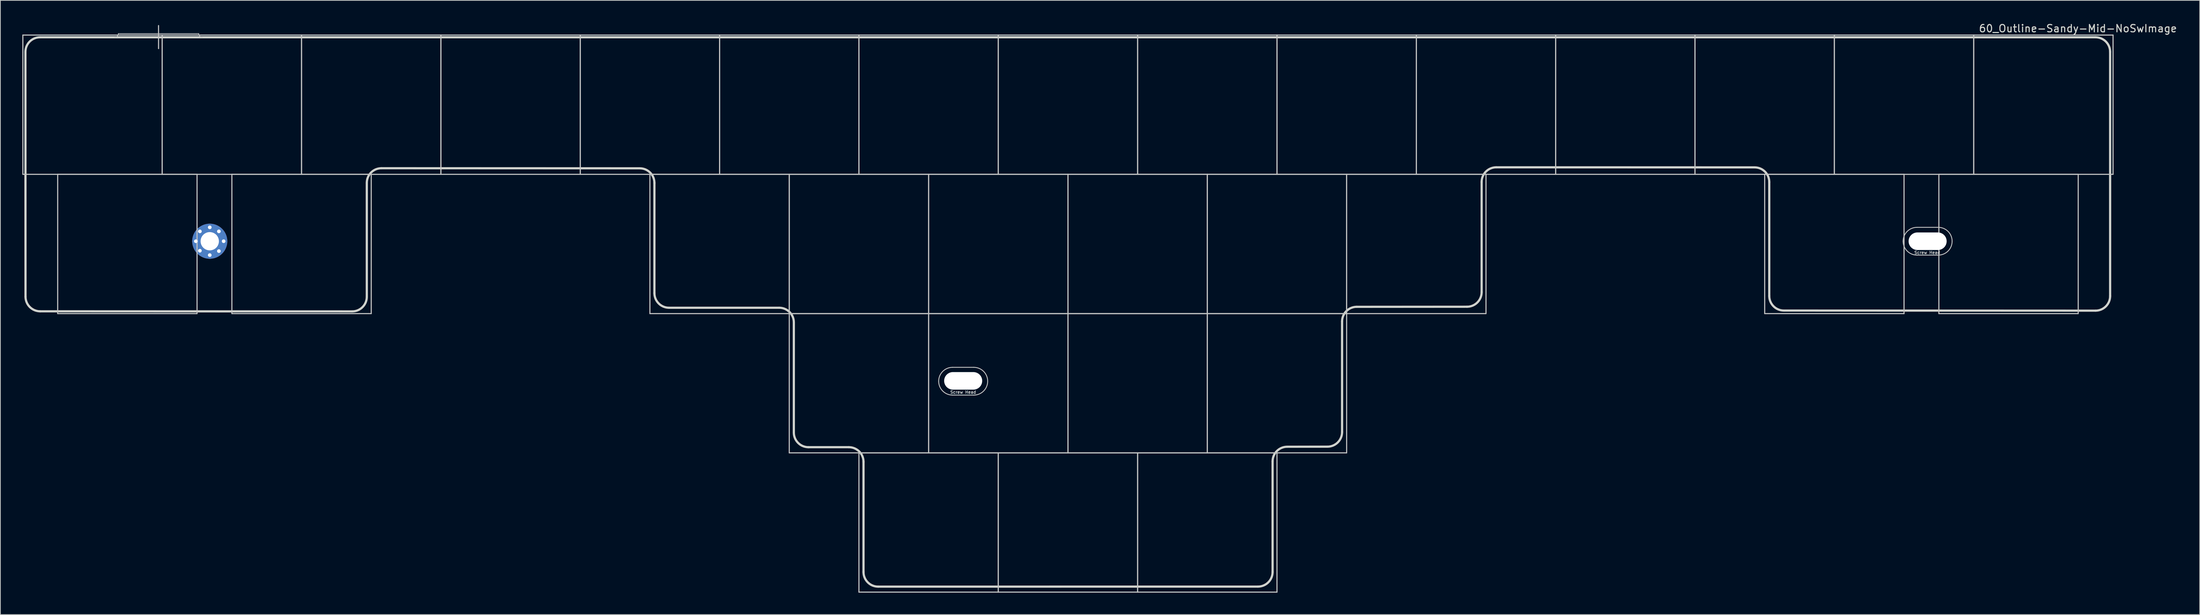
<source format=kicad_pcb>
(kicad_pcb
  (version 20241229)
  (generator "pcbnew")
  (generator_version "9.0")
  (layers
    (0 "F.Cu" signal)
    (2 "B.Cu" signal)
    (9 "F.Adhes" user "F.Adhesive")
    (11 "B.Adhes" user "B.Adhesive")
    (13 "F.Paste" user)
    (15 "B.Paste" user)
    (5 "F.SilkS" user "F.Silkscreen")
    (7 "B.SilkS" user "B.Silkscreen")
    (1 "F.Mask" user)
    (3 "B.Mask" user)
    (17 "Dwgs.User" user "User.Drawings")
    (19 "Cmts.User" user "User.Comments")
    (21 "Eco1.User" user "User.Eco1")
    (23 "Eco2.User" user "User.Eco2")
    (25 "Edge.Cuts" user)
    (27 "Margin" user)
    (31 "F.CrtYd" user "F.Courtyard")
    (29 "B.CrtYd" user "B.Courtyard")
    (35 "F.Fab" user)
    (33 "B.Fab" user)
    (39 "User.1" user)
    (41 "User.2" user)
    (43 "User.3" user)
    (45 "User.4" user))
  (footprint "60_Outline-Sandy-Mid-NoSwImage"
    (layer "F.Cu")
    (at 142.925 49.348)
    (property "Reference" "60_Outline-Sandy-Mid-NoSwImage" (at 138.1 -48.5 0) (layer "Edge.Cuts") (effects (font (size 1 1) (thickness 0.15))))
    (attr through_hole)
    (fp_line (start -142.85 -47.6) (end -123.8 -47.6) (stroke (width 0.15) (type solid)) (layer "Dwgs.User"))
    (fp_line (start -142.85 -28.55) (end -142.85 -47.6) (stroke (width 0.15) (type solid)) (layer "Dwgs.User"))
    (fp_line (start -138.088 -28.55) (end -119.037 -28.55) (stroke (width 0.15) (type solid)) (layer "Dwgs.User"))
    (fp_line (start -138.088 -9.5) (end -138.088 -28.55) (stroke (width 0.15) (type solid)) (layer "Dwgs.User"))
    (fp_line (start -129.8 -47.8) (end -118.8 -47.8) (stroke (width 0.1) (type solid)) (layer "Dwgs.User"))
    (fp_line (start -124.3 -48.9) (end -124.3 -45.75) (stroke (width 0.15) (type solid)) (layer "Dwgs.User"))
    (fp_line (start -123.8 -47.6) (end -123.8 -28.55) (stroke (width 0.15) (type solid)) (layer "Dwgs.User"))
    (fp_line (start -123.8 -47.6) (end -104.75 -47.6) (stroke (width 0.15) (type solid)) (layer "Dwgs.User"))
    (fp_line (start -123.8 -28.55) (end -142.85 -28.55) (stroke (width 0.15) (type solid)) (layer "Dwgs.User"))
    (fp_line (start -123.8 -28.55) (end -123.8 -47.6) (stroke (width 0.15) (type solid)) (layer "Dwgs.User"))
    (fp_line (start -119.037 -28.55) (end -119.037 -9.5) (stroke (width 0.15) (type solid)) (layer "Dwgs.User"))
    (fp_line (start -119.037 -9.5) (end -138.088 -9.5) (stroke (width 0.15) (type solid)) (layer "Dwgs.User"))
    (fp_line (start -114.275 -28.55) (end -95.225 -28.55) (stroke (width 0.15) (type solid)) (layer "Dwgs.User"))
    (fp_line (start -114.275 -9.5) (end -114.275 -28.55) (stroke (width 0.15) (type solid)) (layer "Dwgs.User"))
    (fp_line (start -104.75 -47.6) (end -104.75 -28.55) (stroke (width 0.15) (type solid)) (layer "Dwgs.User"))
    (fp_line (start -104.75 -47.6) (end -85.7 -47.6) (stroke (width 0.15) (type solid)) (layer "Dwgs.User"))
    (fp_line (start -104.75 -28.55) (end -123.8 -28.55) (stroke (width 0.15) (type solid)) (layer "Dwgs.User"))
    (fp_line (start -104.75 -28.55) (end -104.75 -47.6) (stroke (width 0.15) (type solid)) (layer "Dwgs.User"))
    (fp_line (start -95.225 -28.55) (end -95.225 -9.5) (stroke (width 0.15) (type solid)) (layer "Dwgs.User"))
    (fp_line (start -95.225 -9.5) (end -114.275 -9.5) (stroke (width 0.15) (type solid)) (layer "Dwgs.User"))
    (fp_line (start -85.7 -47.6) (end -85.7 -28.55) (stroke (width 0.15) (type solid)) (layer "Dwgs.User"))
    (fp_line (start -85.7 -47.6) (end -66.65 -47.6) (stroke (width 0.15) (type solid)) (layer "Dwgs.User"))
    (fp_line (start -85.7 -28.55) (end -104.75 -28.55) (stroke (width 0.15) (type solid)) (layer "Dwgs.User"))
    (fp_line (start -85.7 -28.55) (end -85.7 -47.6) (stroke (width 0.15) (type solid)) (layer "Dwgs.User"))
    (fp_line (start -66.65 -47.6) (end -66.65 -28.55) (stroke (width 0.15) (type solid)) (layer "Dwgs.User"))
    (fp_line (start -66.65 -47.6) (end -47.6 -47.6) (stroke (width 0.15) (type solid)) (layer "Dwgs.User"))
    (fp_line (start -66.65 -28.55) (end -85.7 -28.55) (stroke (width 0.15) (type solid)) (layer "Dwgs.User"))
    (fp_line (start -66.65 -28.55) (end -66.65 -47.6) (stroke (width 0.15) (type solid)) (layer "Dwgs.User"))
    (fp_line (start -57.125 -28.55) (end -38.075 -28.55) (stroke (width 0.15) (type solid)) (layer "Dwgs.User"))
    (fp_line (start -57.125 -9.5) (end -57.125 -28.55) (stroke (width 0.15) (type solid)) (layer "Dwgs.User"))
    (fp_line (start -47.6 -47.6) (end -47.6 -28.55) (stroke (width 0.15) (type solid)) (layer "Dwgs.User"))
    (fp_line (start -47.6 -47.6) (end -28.55 -47.6) (stroke (width 0.15) (type solid)) (layer "Dwgs.User"))
    (fp_line (start -47.6 -28.55) (end -66.65 -28.55) (stroke (width 0.15) (type solid)) (layer "Dwgs.User"))
    (fp_line (start -47.6 -28.55) (end -47.6 -47.6) (stroke (width 0.15) (type solid)) (layer "Dwgs.User"))
    (fp_line (start -38.075 -28.55) (end -38.075 -9.5) (stroke (width 0.15) (type solid)) (layer "Dwgs.User"))
    (fp_line (start -38.075 -28.55) (end -19.025 -28.55) (stroke (width 0.15) (type solid)) (layer "Dwgs.User"))
    (fp_line (start -38.075 -9.5) (end -57.125 -9.5) (stroke (width 0.15) (type solid)) (layer "Dwgs.User"))
    (fp_line (start -38.075 -9.5) (end -38.075 -28.55) (stroke (width 0.15) (type solid)) (layer "Dwgs.User"))
    (fp_line (start -38.075 -9.5) (end -19.025 -9.5) (stroke (width 0.15) (type solid)) (layer "Dwgs.User"))
    (fp_line (start -38.075 9.55) (end -38.075 -9.5) (stroke (width 0.15) (type solid)) (layer "Dwgs.User"))
    (fp_line (start -28.55 -47.6) (end -28.55 -28.55) (stroke (width 0.15) (type solid)) (layer "Dwgs.User"))
    (fp_line (start -28.55 -47.6) (end -9.5 -47.6) (stroke (width 0.15) (type solid)) (layer "Dwgs.User"))
    (fp_line (start -28.55 -28.55) (end -47.6 -28.55) (stroke (width 0.15) (type solid)) (layer "Dwgs.User"))
    (fp_line (start -28.55 -28.55) (end -28.55 -47.6) (stroke (width 0.15) (type solid)) (layer "Dwgs.User"))
    (fp_line (start -28.55 9.55) (end -9.5 9.55) (stroke (width 0.15) (type solid)) (layer "Dwgs.User"))
    (fp_line (start -28.55 28.6) (end -28.55 9.55) (stroke (width 0.15) (type solid)) (layer "Dwgs.User"))
    (fp_line (start -19.025 -28.55) (end -19.025 -9.5) (stroke (width 0.15) (type solid)) (layer "Dwgs.User"))
    (fp_line (start -19.025 -28.55) (end 0.025 -28.55) (stroke (width 0.15) (type solid)) (layer "Dwgs.User"))
    (fp_line (start -19.025 -9.5) (end -38.075 -9.5) (stroke (width 0.15) (type solid)) (layer "Dwgs.User"))
    (fp_line (start -19.025 -9.5) (end -19.025 -28.55) (stroke (width 0.15) (type solid)) (layer "Dwgs.User"))
    (fp_line (start -19.025 -9.5) (end -19.025 9.55) (stroke (width 0.15) (type solid)) (layer "Dwgs.User"))
    (fp_line (start -19.025 -9.5) (end 0.025 -9.5) (stroke (width 0.15) (type solid)) (layer "Dwgs.User"))
    (fp_line (start -19.025 9.55) (end -38.075 9.55) (stroke (width 0.15) (type solid)) (layer "Dwgs.User"))
    (fp_line (start -19.025 9.55) (end -19.025 -9.5) (stroke (width 0.15) (type solid)) (layer "Dwgs.User"))
    (fp_line (start -15.75 -2.15) (end -12.85 -2.15) (stroke (width 0.12) (type solid)) (layer "Dwgs.User"))
    (fp_line (start -15.75 1.65) (end -12.85 1.65) (stroke (width 0.12) (type solid)) (layer "Dwgs.User"))
    (fp_line (start -9.5 -47.6) (end -9.5 -28.55) (stroke (width 0.15) (type solid)) (layer "Dwgs.User"))
    (fp_line (start -9.5 -47.6) (end 9.55 -47.6) (stroke (width 0.15) (type solid)) (layer "Dwgs.User"))
    (fp_line (start -9.5 -28.55) (end -28.55 -28.55) (stroke (width 0.15) (type solid)) (layer "Dwgs.User"))
    (fp_line (start -9.5 -28.55) (end -9.5 -47.6) (stroke (width 0.15) (type solid)) (layer "Dwgs.User"))
    (fp_line (start -9.5 9.55) (end -9.5 28.6) (stroke (width 0.15) (type solid)) (layer "Dwgs.User"))
    (fp_line (start -9.5 9.55) (end 9.55 9.55) (stroke (width 0.15) (type solid)) (layer "Dwgs.User"))
    (fp_line (start -9.5 28.6) (end -28.55 28.6) (stroke (width 0.15) (type solid)) (layer "Dwgs.User"))
    (fp_line (start -9.5 28.6) (end -9.5 9.55) (stroke (width 0.15) (type solid)) (layer "Dwgs.User"))
    (fp_line (start 0.025 -28.55) (end 0.025 -9.5) (stroke (width 0.15) (type solid)) (layer "Dwgs.User"))
    (fp_line (start 0.025 -28.55) (end 19.075 -28.55) (stroke (width 0.15) (type solid)) (layer "Dwgs.User"))
    (fp_line (start 0.025 -9.5) (end -19.025 -9.5) (stroke (width 0.15) (type solid)) (layer "Dwgs.User"))
    (fp_line (start 0.025 -9.5) (end 0.025 -28.55) (stroke (width 0.15) (type solid)) (layer "Dwgs.User"))
    (fp_line (start 0.025 -9.5) (end 0.025 9.55) (stroke (width 0.15) (type solid)) (layer "Dwgs.User"))
    (fp_line (start 0.025 -9.5) (end 19.075 -9.5) (stroke (width 0.15) (type solid)) (layer "Dwgs.User"))
    (fp_line (start 0.025 9.55) (end -19.025 9.55) (stroke (width 0.15) (type solid)) (layer "Dwgs.User"))
    (fp_line (start 0.025 9.55) (end 0.025 -9.5) (stroke (width 0.15) (type solid)) (layer "Dwgs.User"))
    (fp_line (start 9.55 -47.6) (end 9.55 -28.55) (stroke (width 0.15) (type solid)) (layer "Dwgs.User"))
    (fp_line (start 9.55 -47.6) (end 28.6 -47.6) (stroke (width 0.15) (type solid)) (layer "Dwgs.User"))
    (fp_line (start 9.55 -28.55) (end -9.5 -28.55) (stroke (width 0.15) (type solid)) (layer "Dwgs.User"))
    (fp_line (start 9.55 -28.55) (end 9.55 -47.6) (stroke (width 0.15) (type solid)) (layer "Dwgs.User"))
    (fp_line (start 9.55 9.55) (end 9.55 28.6) (stroke (width 0.15) (type solid)) (layer "Dwgs.User"))
    (fp_line (start 9.55 9.55) (end 28.6 9.55) (stroke (width 0.15) (type solid)) (layer "Dwgs.User"))
    (fp_line (start 9.55 28.6) (end -9.5 28.6) (stroke (width 0.15) (type solid)) (layer "Dwgs.User"))
    (fp_line (start 9.55 28.6) (end 9.55 9.55) (stroke (width 0.15) (type solid)) (layer "Dwgs.User"))
    (fp_line (start 19.075 -28.55) (end 19.075 -9.5) (stroke (width 0.15) (type solid)) (layer "Dwgs.User"))
    (fp_line (start 19.075 -28.55) (end 38.125 -28.55) (stroke (width 0.15) (type solid)) (layer "Dwgs.User"))
    (fp_line (start 19.075 -9.5) (end 0.025 -9.5) (stroke (width 0.15) (type solid)) (layer "Dwgs.User"))
    (fp_line (start 19.075 -9.5) (end 19.075 -28.55) (stroke (width 0.15) (type solid)) (layer "Dwgs.User"))
    (fp_line (start 19.075 -9.5) (end 19.075 9.55) (stroke (width 0.15) (type solid)) (layer "Dwgs.User"))
    (fp_line (start 19.075 -9.5) (end 38.125 -9.5) (stroke (width 0.15) (type solid)) (layer "Dwgs.User"))
    (fp_line (start 19.075 9.55) (end 0.025 9.55) (stroke (width 0.15) (type solid)) (layer "Dwgs.User"))
    (fp_line (start 19.075 9.55) (end 19.075 -9.5) (stroke (width 0.15) (type solid)) (layer "Dwgs.User"))
    (fp_line (start 28.6 -47.6) (end 28.6 -28.55) (stroke (width 0.15) (type solid)) (layer "Dwgs.User"))
    (fp_line (start 28.6 -47.6) (end 47.65 -47.6) (stroke (width 0.15) (type solid)) (layer "Dwgs.User"))
    (fp_line (start 28.6 -28.55) (end 9.55 -28.55) (stroke (width 0.15) (type solid)) (layer "Dwgs.User"))
    (fp_line (start 28.6 -28.55) (end 28.6 -47.6) (stroke (width 0.15) (type solid)) (layer "Dwgs.User"))
    (fp_line (start 28.6 9.55) (end 28.6 28.6) (stroke (width 0.15) (type solid)) (layer "Dwgs.User"))
    (fp_line (start 28.6 28.6) (end 9.55 28.6) (stroke (width 0.15) (type solid)) (layer "Dwgs.User"))
    (fp_line (start 38.125 -28.55) (end 38.125 -9.5) (stroke (width 0.15) (type solid)) (layer "Dwgs.User"))
    (fp_line (start 38.125 -28.55) (end 57.175 -28.55) (stroke (width 0.15) (type solid)) (layer "Dwgs.User"))
    (fp_line (start 38.125 -9.5) (end 19.075 -9.5) (stroke (width 0.15) (type solid)) (layer "Dwgs.User"))
    (fp_line (start 38.125 -9.5) (end 38.125 -28.55) (stroke (width 0.15) (type solid)) (layer "Dwgs.User"))
    (fp_line (start 38.125 -9.5) (end 38.125 9.55) (stroke (width 0.15) (type solid)) (layer "Dwgs.User"))
    (fp_line (start 38.125 9.55) (end 19.075 9.55) (stroke (width 0.15) (type solid)) (layer "Dwgs.User"))
    (fp_line (start 47.65 -47.6) (end 47.65 -28.55) (stroke (width 0.15) (type solid)) (layer "Dwgs.User"))
    (fp_line (start 47.65 -47.6) (end 66.7 -47.6) (stroke (width 0.15) (type solid)) (layer "Dwgs.User"))
    (fp_line (start 47.65 -28.55) (end 28.6 -28.55) (stroke (width 0.15) (type solid)) (layer "Dwgs.User"))
    (fp_line (start 47.65 -28.55) (end 47.65 -47.6) (stroke (width 0.15) (type solid)) (layer "Dwgs.User"))
    (fp_line (start 57.175 -28.55) (end 57.175 -9.5) (stroke (width 0.15) (type solid)) (layer "Dwgs.User"))
    (fp_line (start 57.175 -9.5) (end 38.125 -9.5) (stroke (width 0.15) (type solid)) (layer "Dwgs.User"))
    (fp_line (start 66.7 -47.6) (end 66.7 -28.55) (stroke (width 0.15) (type solid)) (layer "Dwgs.User"))
    (fp_line (start 66.7 -47.6) (end 85.75 -47.6) (stroke (width 0.15) (type solid)) (layer "Dwgs.User"))
    (fp_line (start 66.7 -28.55) (end 47.65 -28.55) (stroke (width 0.15) (type solid)) (layer "Dwgs.User"))
    (fp_line (start 66.7 -28.55) (end 66.7 -47.6) (stroke (width 0.15) (type solid)) (layer "Dwgs.User"))
    (fp_line (start 85.75 -47.6) (end 85.75 -28.55) (stroke (width 0.15) (type solid)) (layer "Dwgs.User"))
    (fp_line (start 85.75 -47.6) (end 104.8 -47.6) (stroke (width 0.15) (type solid)) (layer "Dwgs.User"))
    (fp_line (start 85.75 -28.55) (end 66.7 -28.55) (stroke (width 0.15) (type solid)) (layer "Dwgs.User"))
    (fp_line (start 85.75 -28.55) (end 85.75 -47.6) (stroke (width 0.15) (type solid)) (layer "Dwgs.User"))
    (fp_line (start 95.275 -28.55) (end 114.325 -28.55) (stroke (width 0.15) (type solid)) (layer "Dwgs.User"))
    (fp_line (start 95.275 -9.5) (end 95.275 -28.55) (stroke (width 0.15) (type solid)) (layer "Dwgs.User"))
    (fp_line (start 104.8 -47.6) (end 104.8 -28.55) (stroke (width 0.15) (type solid)) (layer "Dwgs.User"))
    (fp_line (start 104.8 -47.6) (end 123.85 -47.6) (stroke (width 0.15) (type solid)) (layer "Dwgs.User"))
    (fp_line (start 104.8 -28.55) (end 85.75 -28.55) (stroke (width 0.15) (type solid)) (layer "Dwgs.User"))
    (fp_line (start 104.8 -28.55) (end 104.8 -47.6) (stroke (width 0.15) (type solid)) (layer "Dwgs.User"))
    (fp_line (start 114.325 -28.55) (end 114.325 -9.5) (stroke (width 0.15) (type solid)) (layer "Dwgs.User"))
    (fp_line (start 114.325 -9.5) (end 95.275 -9.5) (stroke (width 0.15) (type solid)) (layer "Dwgs.User"))
    (fp_line (start 116.1 -21.3) (end 119 -21.3) (stroke (width 0.12) (type solid)) (layer "Dwgs.User"))
    (fp_line (start 116.1 -17.5) (end 119 -17.5) (stroke (width 0.12) (type solid)) (layer "Dwgs.User"))
    (fp_line (start 119.088 -28.55) (end 138.137 -28.55) (stroke (width 0.15) (type solid)) (layer "Dwgs.User"))
    (fp_line (start 119.088 -9.5) (end 119.088 -28.55) (stroke (width 0.15) (type solid)) (layer "Dwgs.User"))
    (fp_line (start 123.85 -47.6) (end 123.85 -28.55) (stroke (width 0.15) (type solid)) (layer "Dwgs.User"))
    (fp_line (start 123.85 -47.6) (end 142.9 -47.6) (stroke (width 0.15) (type solid)) (layer "Dwgs.User"))
    (fp_line (start 123.85 -28.55) (end 104.8 -28.55) (stroke (width 0.15) (type solid)) (layer "Dwgs.User"))
    (fp_line (start 123.85 -28.55) (end 123.85 -47.6) (stroke (width 0.15) (type solid)) (layer "Dwgs.User"))
    (fp_line (start 138.137 -28.55) (end 138.137 -9.5) (stroke (width 0.15) (type solid)) (layer "Dwgs.User"))
    (fp_line (start 138.137 -9.5) (end 119.088 -9.5) (stroke (width 0.15) (type solid)) (layer "Dwgs.User"))
    (fp_line (start 142.9 -47.6) (end 142.9 -28.55) (stroke (width 0.15) (type solid)) (layer "Dwgs.User"))
    (fp_line (start 142.9 -28.55) (end 123.85 -28.55) (stroke (width 0.15) (type solid)) (layer "Dwgs.User"))
    (fp_arc (start -129.8 -47.8) (mid -129.946447 -47.446447) (end -130.3 -47.3) (stroke (width 0.1) (type solid)) (layer "Dwgs.User"))
    (fp_arc (start -118.3 -47.3) (mid -118.653553 -47.446447) (end -118.8 -47.8) (stroke (width 0.1) (type solid)) (layer "Dwgs.User"))
    (fp_arc (start -17.65 -0.25) (mid -17.093503 -1.593503) (end -15.75 -2.15) (stroke (width 0.12) (type solid)) (layer "Dwgs.User"))
    (fp_arc (start -15.75 1.65) (mid -17.093503 1.093503) (end -17.65 -0.25) (stroke (width 0.12) (type solid)) (layer "Dwgs.User"))
    (fp_arc (start -12.85 -2.15) (mid -11.506497 -1.593503) (end -10.95 -0.25) (stroke (width 0.12) (type solid)) (layer "Dwgs.User"))
    (fp_arc (start -10.95 -0.25) (mid -11.506497 1.093503) (end -12.85 1.65) (stroke (width 0.12) (type solid)) (layer "Dwgs.User"))
    (fp_arc (start 114.2 -19.4) (mid 114.756497 -20.743503) (end 116.1 -21.3) (stroke (width 0.12) (type solid)) (layer "Dwgs.User"))
    (fp_arc (start 116.1 -17.5) (mid 114.756497 -18.056497) (end 114.2 -19.4) (stroke (width 0.12) (type solid)) (layer "Dwgs.User"))
    (fp_arc (start 119 -21.3) (mid 120.343503 -20.743503) (end 120.9 -19.4) (stroke (width 0.12) (type solid)) (layer "Dwgs.User"))
    (fp_arc (start 120.9 -19.4) (mid 120.343503 -18.056497) (end 119 -17.5) (stroke (width 0.12) (type solid)) (layer "Dwgs.User"))
    (fp_circle (center -117.3 -19.4) (end -115.1 -19.4) (stroke (width 0.15) (type solid)) (fill no) (layer "Eco1.User"))
    (fp_circle (center -47.6 -43.05) (end -45.4 -43.05) (stroke (width 0.15) (type solid)) (fill no) (layer "Eco1.User"))
    (fp_circle (center 47.65 -43.05) (end 49.85 -43.05) (stroke (width 0.15) (type solid)) (fill no) (layer "Eco1.User"))
    (fp_line (start -142.486 -11.814) (end -142.5 -45.3) (stroke (width 0.3) (type solid)) (layer "Edge.Cuts"))
    (fp_line (start -140.486 -9.814) (end -97.83 -9.8) (stroke (width 0.3) (type solid)) (layer "Edge.Cuts"))
    (fp_line (start -95.83 -11.8) (end -95.83 -27.386) (stroke (width 0.3) (type solid)) (layer "Edge.Cuts"))
    (fp_line (start -93.83 -29.386) (end -58.51 -29.375) (stroke (width 0.3) (type solid)) (layer "Edge.Cuts"))
    (fp_line (start -56.51 -12.3) (end -56.51 -27.375) (stroke (width 0.3) (type solid)) (layer "Edge.Cuts"))
    (fp_line (start -54.51 -10.3) (end -39.45 -10.3) (stroke (width 0.3) (type solid)) (layer "Edge.Cuts"))
    (fp_line (start -37.45 6.775) (end -37.45 -8.3) (stroke (width 0.3) (type solid)) (layer "Edge.Cuts"))
    (fp_line (start -35.45 8.775) (end -29.925 8.775) (stroke (width 0.3) (type solid)) (layer "Edge.Cuts"))
    (fp_line (start -27.925 25.85) (end -27.925 10.775) (stroke (width 0.3) (type solid)) (layer "Edge.Cuts"))
    (fp_line (start -25.925 27.85) (end 26 27.846) (stroke (width 0.3) (type solid)) (layer "Edge.Cuts"))
    (fp_line (start 28 25.846) (end 28 10.714) (stroke (width 0.3) (type solid)) (layer "Edge.Cuts"))
    (fp_line (start 30 8.714) (end 35.5 8.704) (stroke (width 0.3) (type solid)) (layer "Edge.Cuts"))
    (fp_line (start 37.5 6.704) (end 37.5 -8.427) (stroke (width 0.3) (type solid)) (layer "Edge.Cuts"))
    (fp_line (start 39.5 -10.427) (end 54.58 -10.437) (stroke (width 0.3) (type solid)) (layer "Edge.Cuts"))
    (fp_line (start 56.58 -12.437) (end 56.58 -27.512) (stroke (width 0.3) (type solid)) (layer "Edge.Cuts"))
    (fp_line (start 58.58 -29.512) (end 93.9 -29.502) (stroke (width 0.3) (type solid)) (layer "Edge.Cuts"))
    (fp_line (start 95.9 -11.916) (end 95.9 -27.502) (stroke (width 0.3) (type solid)) (layer "Edge.Cuts"))
    (fp_line (start 97.9 -9.916) (end 140.5 -9.902) (stroke (width 0.3) (type solid)) (layer "Edge.Cuts"))
    (fp_line (start 140.5 -47.3) (end -140.5 -47.3) (stroke (width 0.3) (type solid)) (layer "Edge.Cuts"))
    (fp_line (start 142.5 -11.902) (end 142.5 -45.3) (stroke (width 0.3) (type solid)) (layer "Edge.Cuts"))
    (fp_arc (start -142.5 -45.3) (mid -141.914214 -46.714214) (end -140.5 -47.3) (stroke (width 0.3) (type solid)) (layer "Edge.Cuts"))
    (fp_arc (start -140.485786 -9.814214) (mid -141.9 -10.4) (end -142.485786 -11.814214) (stroke (width 0.3) (type solid)) (layer "Edge.Cuts"))
    (fp_arc (start -95.83 -27.385786) (mid -95.244214 -28.8) (end -93.83 -29.385786) (stroke (width 0.3) (type solid)) (layer "Edge.Cuts"))
    (fp_arc (start -95.83 -11.8) (mid -96.415786 -10.385786) (end -97.83 -9.8) (stroke (width 0.3) (type solid)) (layer "Edge.Cuts"))
    (fp_arc (start -58.51 -29.375) (mid -57.095786 -28.789214) (end -56.51 -27.375) (stroke (width 0.3) (type solid)) (layer "Edge.Cuts"))
    (fp_arc (start -54.51 -10.3) (mid -55.924214 -10.885786) (end -56.51 -12.3) (stroke (width 0.3) (type solid)) (layer "Edge.Cuts"))
    (fp_arc (start -39.45 -10.3) (mid -38.035786 -9.714214) (end -37.45 -8.3) (stroke (width 0.3) (type solid)) (layer "Edge.Cuts"))
    (fp_arc (start -35.45 8.775) (mid -36.864214 8.189214) (end -37.45 6.775) (stroke (width 0.3) (type solid)) (layer "Edge.Cuts"))
    (fp_arc (start -29.925 8.775) (mid -28.510786 9.360786) (end -27.925 10.775) (stroke (width 0.3) (type solid)) (layer "Edge.Cuts"))
    (fp_arc (start -25.925 27.85) (mid -27.339214 27.264214) (end -27.925 25.85) (stroke (width 0.3) (type solid)) (layer "Edge.Cuts"))
    (fp_arc (start 28 10.714214) (mid 28.585786 9.3) (end 30 8.714214) (stroke (width 0.3) (type solid)) (layer "Edge.Cuts"))
    (fp_arc (start 28 25.845786) (mid 27.414214 27.26) (end 26 27.845786) (stroke (width 0.3) (type solid)) (layer "Edge.Cuts"))
    (fp_arc (start 37.5 -8.427358) (mid 38.085786 -9.841572) (end 39.5 -10.427358) (stroke (width 0.3) (type solid)) (layer "Edge.Cuts"))
    (fp_arc (start 37.5 6.704214) (mid 36.914214 8.118428) (end 35.5 8.704214) (stroke (width 0.3) (type solid)) (layer "Edge.Cuts"))
    (fp_arc (start 56.58 -27.512358) (mid 57.165786 -28.926572) (end 58.58 -29.512358) (stroke (width 0.3) (type solid)) (layer "Edge.Cuts"))
    (fp_arc (start 56.58 -12.437358) (mid 55.994216 -11.023141) (end 54.58 -10.437358) (stroke (width 0.3) (type solid)) (layer "Edge.Cuts"))
    (fp_arc (start 93.9 -29.501572) (mid 95.314214 -28.915786) (end 95.9 -27.501572) (stroke (width 0.3) (type solid)) (layer "Edge.Cuts"))
    (fp_arc (start 97.9 -9.915786) (mid 96.485786 -10.501572) (end 95.9 -11.915786) (stroke (width 0.3) (type solid)) (layer "Edge.Cuts"))
    (fp_arc (start 140.5 -47.3) (mid 141.914214 -46.714214) (end 142.5 -45.3) (stroke (width 0.3) (type solid)) (layer "Edge.Cuts"))
    (fp_arc (start 142.5 -11.901572) (mid 141.914211 -10.487365) (end 140.5 -9.901572) (stroke (width 0.3) (type solid)) (layer "Edge.Cuts"))
    (fp_text user "Screw Head" (at -14.3 1.25 0) (layer "Dwgs.User") (effects (font (size 0.4 0.4) (thickness 0.08))))
    (fp_text user "Screw Head" (at 117.5 -17.85 0) (layer "Dwgs.User") (effects (font (size 0.4 0.4) (thickness 0.08))))
    (pad "" np_thru_hole oval (at -14.3 -0.3) (size 5.2 2.4) (drill oval 5.2 2.4) (layers "*.Cu" "*.Mask"))
    (pad "" np_thru_hole oval (at 117.55 -19.4) (size 5.2 2.4) (drill oval 5.2 2.4) (layers "*.Cu" "*.Mask"))
    (pad "1" thru_hole circle (at -119.2 -19.4) (size 1 1) (drill 0.5) (layers "*.Cu" "*.Mask"))
    (pad "1" thru_hole circle (at -118.65 -20.75) (size 1 1) (drill 0.5) (layers "*.Cu" "*.Mask"))
    (pad "1" thru_hole circle (at -118.65 -18.1) (size 1 1) (drill 0.5) (layers "*.Cu" "*.Mask"))
    (pad "1" thru_hole circle (at -117.3 -21.3) (size 1 1) (drill 0.5) (layers "*.Cu" "*.Mask"))
    (pad "1" thru_hole circle (at -117.3 -19.4) (size 4.8 4.8) (drill 2.499) (layers "*.Cu" "*.Mask"))
    (pad "1" thru_hole circle (at -117.3 -17.5) (size 1 1) (drill 0.5) (layers "*.Cu" "*.Mask"))
    (pad "1" thru_hole circle (at -116.05 -20.75) (size 1 1) (drill 0.5) (layers "*.Cu" "*.Mask"))
    (pad "1" thru_hole circle (at -116.05 -18.05) (size 1 1) (drill 0.5) (layers "*.Cu" "*.Mask"))
    (pad "1" thru_hole circle (at -115.4 -19.4) (size 1 1) (drill 0.5) (layers "*.Cu" "*.Mask")))
  (gr_rect
    (start -3 -3)
    (end 297.674 81.023)
    (stroke (width 0.1) (type default))
    (fill no)
    (layer "Edge.Cuts")))
</source>
